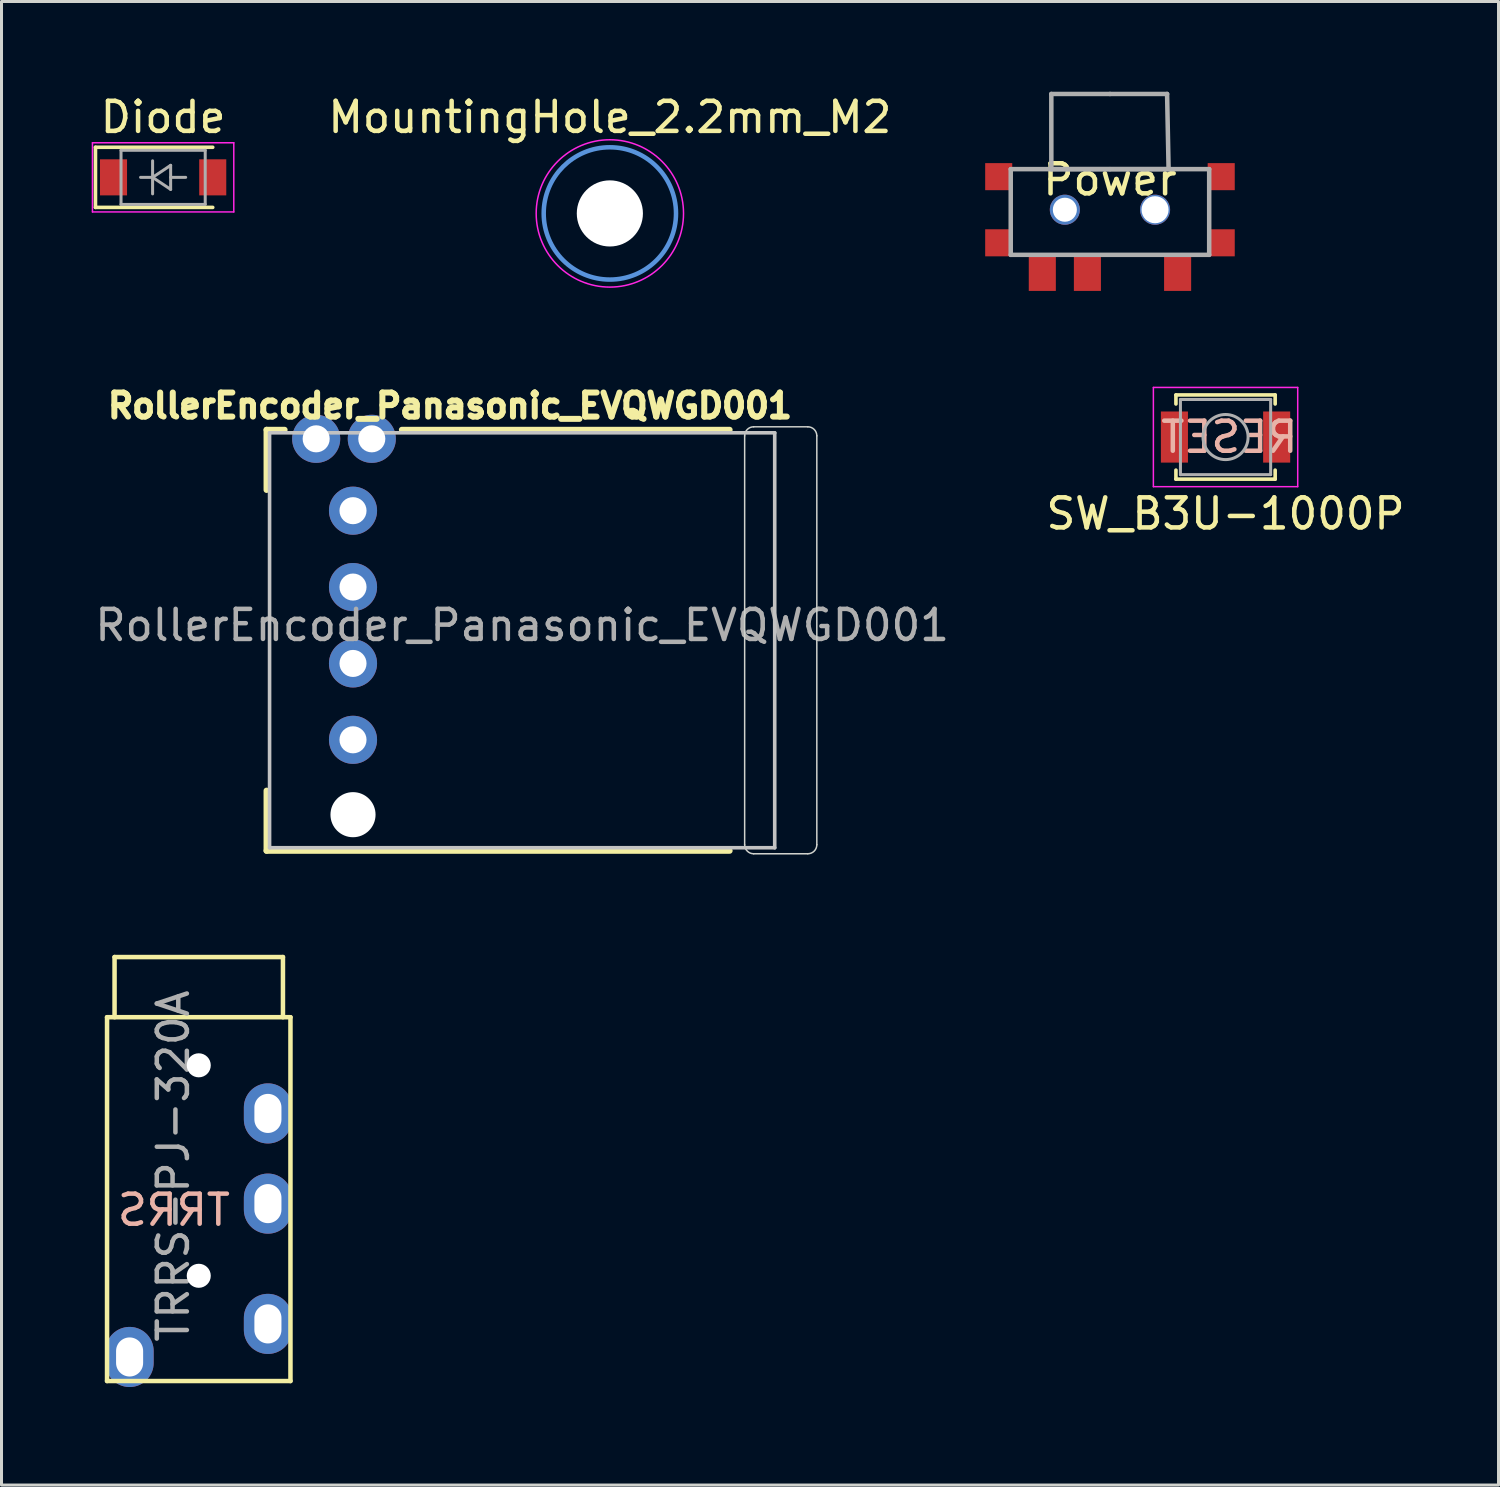
<source format=kicad_pcb>
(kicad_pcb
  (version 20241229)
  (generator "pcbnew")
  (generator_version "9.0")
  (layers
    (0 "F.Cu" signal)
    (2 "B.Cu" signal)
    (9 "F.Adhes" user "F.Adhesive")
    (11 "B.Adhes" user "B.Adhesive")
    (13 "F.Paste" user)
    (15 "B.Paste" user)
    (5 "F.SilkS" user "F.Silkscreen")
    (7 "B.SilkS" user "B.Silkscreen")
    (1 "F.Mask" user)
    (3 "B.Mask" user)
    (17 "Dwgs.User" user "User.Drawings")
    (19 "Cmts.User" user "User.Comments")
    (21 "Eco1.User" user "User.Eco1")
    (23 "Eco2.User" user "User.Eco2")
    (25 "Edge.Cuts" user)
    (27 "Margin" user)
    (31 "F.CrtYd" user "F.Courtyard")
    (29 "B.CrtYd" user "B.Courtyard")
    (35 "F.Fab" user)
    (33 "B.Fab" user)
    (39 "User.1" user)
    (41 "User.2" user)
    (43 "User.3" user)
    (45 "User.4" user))
  (footprint "MountingHole_2.2mm_M2"
    (layer "F.Cu")
    (at 17.232 4.048)
    (property "Reference" "MountingHole_2.2mm_M2" (at 0 -3.2 0) (layer "F.SilkS") (effects (font (size 1 1) (thickness 0.15))))
    (attr exclude_from_pos_files exclude_from_bom)
    (fp_circle (center 0 0) (end 2.2 0) (stroke (width 0.15) (type solid)) (fill no) (layer "Cmts.User"))
    (fp_circle (center 0 0) (end 2.45 0) (stroke (width 0.05) (type solid)) (fill no) (layer "F.CrtYd"))
    (pad "" np_thru_hole circle (at 0 0) (size 2.2 2.2) (drill 2.2) (layers "*.Cu" "*.Mask")))
  (footprint "SW_B3U-1000P"
    (layer "F.Cu")
    (at 37.708 11.485)
    (property "Reference" "SW_B3U-1000P" (at 0 2.55 0) (layer "F.SilkS") (effects (font (size 1 1) (thickness 0.15))))
    (attr smd)
    (fp_line (start -1.65 -1.4) (end 1.65 -1.4) (stroke (width 0.12) (type solid)) (layer "F.SilkS"))
    (fp_line (start -1.65 -1.1) (end -1.65 -1.4) (stroke (width 0.12) (type solid)) (layer "F.SilkS"))
    (fp_line (start -1.65 1.1) (end -1.65 1.4) (stroke (width 0.12) (type solid)) (layer "F.SilkS"))
    (fp_line (start -1.65 1.4) (end 1.65 1.4) (stroke (width 0.12) (type solid)) (layer "F.SilkS"))
    (fp_line (start 1.65 -1.4) (end 1.65 -1.1) (stroke (width 0.12) (type solid)) (layer "F.SilkS"))
    (fp_line (start 1.65 1.4) (end 1.65 1.1) (stroke (width 0.12) (type solid)) (layer "F.SilkS"))
    (fp_rect (start -2.6 -1.8) (end 2.6 1.8) (stroke (width 0.12) (type solid)) (fill no) (layer "Eco1.User"))
    (fp_line (start -2.4 -1.65) (end -2.4 1.65) (stroke (width 0.05) (type solid)) (layer "F.CrtYd"))
    (fp_line (start -2.4 1.65) (end 2.4 1.65) (stroke (width 0.05) (type solid)) (layer "F.CrtYd"))
    (fp_line (start 2.4 -1.65) (end -2.4 -1.65) (stroke (width 0.05) (type solid)) (layer "F.CrtYd"))
    (fp_line (start 2.4 1.65) (end 2.4 -1.65) (stroke (width 0.05) (type solid)) (layer "F.CrtYd"))
    (fp_line (start -1.5 -1.25) (end 1.5 -1.25) (stroke (width 0.1) (type solid)) (layer "F.Fab"))
    (fp_line (start -1.5 1.25) (end -1.5 -1.25) (stroke (width 0.1) (type solid)) (layer "F.Fab"))
    (fp_line (start 1.5 -1.25) (end 1.5 1.25) (stroke (width 0.1) (type solid)) (layer "F.Fab"))
    (fp_line (start 1.5 1.25) (end -1.5 1.25) (stroke (width 0.1) (type solid)) (layer "F.Fab"))
    (fp_circle (center 0 0) (end 0.75 0) (stroke (width 0.1) (type solid)) (fill no) (layer "F.Fab"))
    (fp_text user "RESET" (at 0.127 0 0) (layer "B.SilkS") (effects (font (size 1 1) (thickness 0.15)) (justify mirror)))
    (pad "1" smd rect (at -1.7 0) (size 0.9 1.7) (layers "F.Cu" "F.Mask" "F.Paste"))
    (pad "2" smd rect (at 1.7 0) (size 0.9 1.7) (layers "F.Cu" "F.Mask" "F.Paste")))
  (footprint "Diode"
    (layer "F.Cu")
    (at 2.375 2.848)
    (property "Reference" "Diode" (at 0 -2 180) (layer "F.SilkS") (effects (font (size 1 1) (thickness 0.15))))
    (attr smd)
    (fp_line (start -2.25 -1) (end -2.25 1) (stroke (width 0.12) (type solid)) (layer "F.SilkS"))
    (fp_line (start -2.25 -1) (end 1.65 -1) (stroke (width 0.12) (type solid)) (layer "F.SilkS"))
    (fp_line (start -2.25 1) (end 1.65 1) (stroke (width 0.12) (type solid)) (layer "F.SilkS"))
    (fp_line (start -2.35 -1.15) (end -2.35 1.15) (stroke (width 0.05) (type solid)) (layer "F.CrtYd"))
    (fp_line (start -2.35 -1.15) (end 2.35 -1.15) (stroke (width 0.05) (type solid)) (layer "F.CrtYd"))
    (fp_line (start 2.35 -1.15) (end 2.35 1.15) (stroke (width 0.05) (type solid)) (layer "F.CrtYd"))
    (fp_line (start 2.35 1.15) (end -2.35 1.15) (stroke (width 0.05) (type solid)) (layer "F.CrtYd"))
    (fp_line (start -1.4 -0.9) (end 1.4 -0.9) (stroke (width 0.1) (type solid)) (layer "F.Fab"))
    (fp_line (start -1.4 0.9) (end -1.4 -0.9) (stroke (width 0.1) (type solid)) (layer "F.Fab"))
    (fp_line (start -0.75 0) (end -0.35 0) (stroke (width 0.1) (type solid)) (layer "F.Fab"))
    (fp_line (start -0.35 0) (end -0.35 -0.55) (stroke (width 0.1) (type solid)) (layer "F.Fab"))
    (fp_line (start -0.35 0) (end -0.35 0.55) (stroke (width 0.1) (type solid)) (layer "F.Fab"))
    (fp_line (start -0.35 0) (end 0.25 -0.4) (stroke (width 0.1) (type solid)) (layer "F.Fab"))
    (fp_line (start 0.25 -0.4) (end 0.25 0.4) (stroke (width 0.1) (type solid)) (layer "F.Fab"))
    (fp_line (start 0.25 0) (end 0.75 0) (stroke (width 0.1) (type solid)) (layer "F.Fab"))
    (fp_line (start 0.25 0.4) (end -0.35 0) (stroke (width 0.1) (type solid)) (layer "F.Fab"))
    (fp_line (start 1.4 -0.9) (end 1.4 0.9) (stroke (width 0.1) (type solid)) (layer "F.Fab"))
    (fp_line (start 1.4 0.9) (end -1.4 0.9) (stroke (width 0.1) (type solid)) (layer "F.Fab"))
    (pad "1" smd rect (at -1.65 0) (size 0.9 1.2) (layers "F.Cu" "F.Mask" "F.Paste"))
    (pad "2" smd rect (at 1.65 0) (size 0.9 1.2) (layers "F.Cu" "F.Mask" "F.Paste")))
  (footprint "RollerEncoder_Panasonic_EVQWGD001"
    (layer "F.Cu")
    (at 14.315 17.744)
    (property "Reference" "RollerEncoder_Panasonic_EVQWGD001" (at 0 0 0) (layer "F.Fab") (effects (font (size 1 1) (thickness 0.15))))
    (attr through_hole exclude_from_pos_files)
    (fp_line (start -8.5 -6.5) (end -8.5 -4.5) (stroke (width 0.2) (type solid)) (layer "F.SilkS"))
    (fp_line (start -8.5 5.5) (end -8.5 7.5) (stroke (width 0.2) (type solid)) (layer "F.SilkS"))
    (fp_line (start -8.5 7.5) (end 6.9 7.5) (stroke (width 0.2) (type solid)) (layer "F.SilkS"))
    (fp_line (start -7.9 -6.5) (end -8.5 -6.5) (stroke (width 0.2) (type solid)) (layer "F.SilkS"))
    (fp_line (start 6.9 -6.5) (end -4 -6.5) (stroke (width 0.2) (type solid)) (layer "F.SilkS"))
    (fp_line (start -8.4 -6.4) (end 8.4 -6.4) (stroke (width 0.12) (type solid)) (layer "Dwgs.User"))
    (fp_line (start -8.4 7.4) (end -8.4 -6.4) (stroke (width 0.12) (type solid)) (layer "Dwgs.User"))
    (fp_line (start 8.4 -6.4) (end 8.4 7.4) (stroke (width 0.12) (type solid)) (layer "Dwgs.User"))
    (fp_line (start 8.4 7.4) (end -8.4 7.4) (stroke (width 0.12) (type solid)) (layer "Dwgs.User"))
    (fp_rect (start -8.7 -6.7) (end 9.2 7.6) (stroke (width 0.12) (type solid)) (fill no) (layer "Eco1.User"))
    (fp_line (start -8.292 -7.4) (end -8.292 7.9) (stroke (width 0.12) (type solid)) (layer "Eco2.User"))
    (fp_line (start -8.292 7.9) (end -3.5 7.9) (stroke (width 0.12) (type solid)) (layer "Eco2.User"))
    (fp_line (start -3.5 -7.4) (end -8.292 -7.4) (stroke (width 0.12) (type solid)) (layer "Eco2.User"))
    (fp_line (start -3.5 -7.4) (end -3.5 7.9) (stroke (width 0.12) (type solid)) (layer "Eco2.User"))
    (fp_line (start -3.5 7.9) (end -3.5 -7.4) (stroke (width 0.12) (type solid)) (layer "Eco2.User"))
    (fp_line (start 5.588 -7.4) (end 5.588 7.9) (stroke (width 0.12) (type solid)) (layer "Eco2.User"))
    (fp_line (start 5.588 -7.4) (end 5.588 7.9) (stroke (width 0.12) (type solid)) (layer "Eco2.User"))
    (fp_line (start 5.588 7.9) (end 9.946 7.9) (stroke (width 0.12) (type solid)) (layer "Eco2.User"))
    (fp_line (start 9.946 -7.4) (end 5.588 -7.4) (stroke (width 0.12) (type solid)) (layer "Eco2.User"))
    (fp_line (start 9.946 7.9) (end 9.946 -7.4) (stroke (width 0.12) (type solid)) (layer "Eco2.User"))
    (fp_line (start 7.4 -6.3) (end 7.4 7.3) (stroke (width 0.05) (type solid)) (layer "Edge.Cuts"))
    (fp_line (start 7.7 7.6) (end 9.5 7.6) (stroke (width 0.05) (type solid)) (layer "Edge.Cuts"))
    (fp_line (start 9.5 -6.6) (end 7.7 -6.6) (stroke (width 0.05) (type solid)) (layer "Edge.Cuts"))
    (fp_line (start 9.8 7.3) (end 9.8 -6.3) (stroke (width 0.05) (type solid)) (layer "Edge.Cuts"))
    (fp_arc (start 7.4 -6.3) (mid 7.487868 -6.512132) (end 7.7 -6.6) (stroke (width 0.05) (type solid)) (layer "Edge.Cuts"))
    (fp_arc (start 7.7 7.6) (mid 7.487868 7.512132) (end 7.4 7.3) (stroke (width 0.05) (type solid)) (layer "Edge.Cuts"))
    (fp_arc (start 9.5 -6.6) (mid 9.712132 -6.512132) (end 9.8 -6.3) (stroke (width 0.05) (type solid)) (layer "Edge.Cuts"))
    (fp_arc (start 9.8 7.3) (mid 9.712132 7.512132) (end 9.5 7.6) (stroke (width 0.05) (type solid)) (layer "Edge.Cuts"))
    (fp_text user "${REFERENCE}" (at -2.4 -7.3 0) (layer "F.SilkS") (effects (font (size 0.8 0.8) (thickness 0.2))))
    (pad "" np_thru_hole circle (at -5.625 6.3) (size 1.5 1.5) (drill 1.5) (layers "*.Cu" "*.Mask"))
    (pad "A" thru_hole circle (at -5.625 -1.27) (size 1.6 1.6) (drill 0.9) (layers "*.Cu" "*.Mask"))
    (pad "B" thru_hole circle (at -5.625 1.27) (size 1.6 1.6) (drill 0.9) (layers "*.Cu" "*.Mask"))
    (pad "NC" thru_hole circle (at -5.625 3.81) (size 1.6 1.6) (drill 0.9) (layers "*.Cu" "*.Mask"))
    (pad "S1" thru_hole circle (at -6.85 -6.2) (size 1.6 1.6) (drill 0.9) (layers "*.Cu" "*.Mask"))
    (pad "S2" thru_hole circle (at -5 -6.2) (size 1.6 1.6) (drill 0.9) (layers "*.Cu" "*.Mask"))
    (pad "com" thru_hole circle (at -5.625 -3.81) (size 1.6 1.6) (drill 0.9) (layers "*.Cu" "*.Mask")))
  (footprint "Power"
    (layer "F.Cu")
    (at 33.864 3.925)
    (property "Reference" "Power" (at 0 -1 0) (layer "F.SilkS") (effects (font (size 1 1) (thickness 0.15))))
    (attr through_hole)
    (fp_line (start -3.3 -1.35) (end -3.3 1.5) (stroke (width 0.15) (type solid)) (layer "F.Fab"))
    (fp_line (start -3.3 1.5) (end 3.3 1.5) (stroke (width 0.15) (type solid)) (layer "F.Fab"))
    (fp_line (start -1.95 -3.85) (end 0 -3.85) (stroke (width 0.15) (type solid)) (layer "F.Fab"))
    (fp_line (start -1.95 -1.35) (end -1.95 -3.85) (stroke (width 0.15) (type solid)) (layer "F.Fab"))
    (fp_line (start 0 -3.85) (end 1.9 -3.85) (stroke (width 0.15) (type solid)) (layer "F.Fab"))
    (fp_line (start 0 -1.35) (end -3.3 -1.35) (stroke (width 0.15) (type solid)) (layer "F.Fab"))
    (fp_line (start 0 -1.35) (end 3.3 -1.35) (stroke (width 0.15) (type solid)) (layer "F.Fab"))
    (fp_line (start 1.9 -3.85) (end 1.95 -1.35) (stroke (width 0.15) (type solid)) (layer "F.Fab"))
    (fp_line (start 1.95 -1.35) (end -1.95 -1.35) (stroke (width 0.15) (type solid)) (layer "F.Fab"))
    (fp_line (start 3.3 1.5) (end 3.3 -1.35) (stroke (width 0.15) (type solid)) (layer "F.Fab"))
    (pad "" np_thru_hole circle (at -1.5 0) (size 1 1) (drill 0.8) (layers "*.Cu" "*.Mask"))
    (pad "" np_thru_hole circle (at 1.5 0) (size 1 1) (drill 0.9) (layers "*.Cu" "*.Mask"))
    (pad "0" smd rect (at -3.7 -1.1) (size 0.9 0.9) (layers "F.Cu" "F.Mask" "F.Paste"))
    (pad "0" smd rect (at -3.7 1.1) (size 0.9 0.9) (layers "F.Cu" "F.Mask" "F.Paste"))
    (pad "0" smd rect (at 3.7 -1.1) (size 0.9 0.9) (layers "F.Cu" "F.Mask" "F.Paste"))
    (pad "0" smd rect (at 3.7 1.1) (size 0.9 0.9) (layers "F.Cu" "F.Mask" "F.Paste"))
    (pad "1" smd rect (at 2.25 2.075) (size 0.9 1.25) (layers "F.Cu" "F.Mask" "F.Paste"))
    (pad "2" smd rect (at -0.75 2.075) (size 0.9 1.25) (layers "F.Cu" "F.Mask" "F.Paste"))
    (pad "3" smd rect (at -2.25 2.075) (size 0.9 1.25) (layers "F.Cu" "F.Mask" "F.Paste")))
  (footprint "TRRS-PJ-320A"
    (layer "F.Cu")
    (at 3.56 30.779)
    (property "Reference" "TRRS-PJ-320A" (at -0.85 4.95 270) (layer "F.Fab") (effects (font (size 1 1) (thickness 0.15))))
    (attr through_hole)
    (fp_line (start -3.05 0) (end -3.05 12.1) (stroke (width 0.15) (type solid)) (layer "F.SilkS"))
    (fp_line (start -2.8 0) (end -2.8 -2) (stroke (width 0.15) (type solid)) (layer "F.SilkS"))
    (fp_line (start 2.8 -2) (end -2.8 -2) (stroke (width 0.15) (type solid)) (layer "F.SilkS"))
    (fp_line (start 2.8 0) (end 2.8 -2) (stroke (width 0.15) (type solid)) (layer "F.SilkS"))
    (fp_line (start 3.05 0) (end -3.05 0) (stroke (width 0.15) (type solid)) (layer "F.SilkS"))
    (fp_line (start 3.05 0) (end 3.05 12.1) (stroke (width 0.15) (type solid)) (layer "F.SilkS"))
    (fp_line (start 3.05 12.1) (end -3.05 12.1) (stroke (width 0.15) (type solid)) (layer "F.SilkS"))
    (fp_rect (start -3.5 -0.5) (end 3.5 12.5) (stroke (width 0.12) (type solid)) (fill no) (layer "Eco2.User"))
    (fp_text user "TRRS" (at -0.826 6.413 180) (layer "B.SilkS") (effects (font (size 1 1) (thickness 0.15)) (justify mirror)))
    (pad "" np_thru_hole circle (at 0 1.6) (size 0.8 0.8) (drill 0.8) (layers "*.Cu" "*.Mask"))
    (pad "" np_thru_hole circle (at 0 8.6) (size 0.8 0.8) (drill 0.8) (layers "*.Cu" "*.Mask"))
    (pad "R1" thru_hole oval (at 2.3 6.2) (size 1.6 2) (drill oval 0.9 1.3) (layers "*.Cu" "*.Mask"))
    (pad "R2" thru_hole oval (at 2.3 3.2) (size 1.6 2) (drill oval 0.9 1.3) (layers "*.Cu" "*.Mask"))
    (pad "S" thru_hole oval (at -2.3 11.3) (size 1.6 2) (drill oval 0.9 1.3) (layers "*.Cu" "*.Mask"))
    (pad "T" thru_hole oval (at 2.3 10.2) (size 1.6 2) (drill oval 0.9 1.3) (layers "*.Cu" "*.Mask")))
  (gr_rect
    (start -3 -3)
    (end 46.786 46.339)
    (stroke (width 0.1) (type default))
    (fill no)
    (layer "Edge.Cuts")))
</source>
